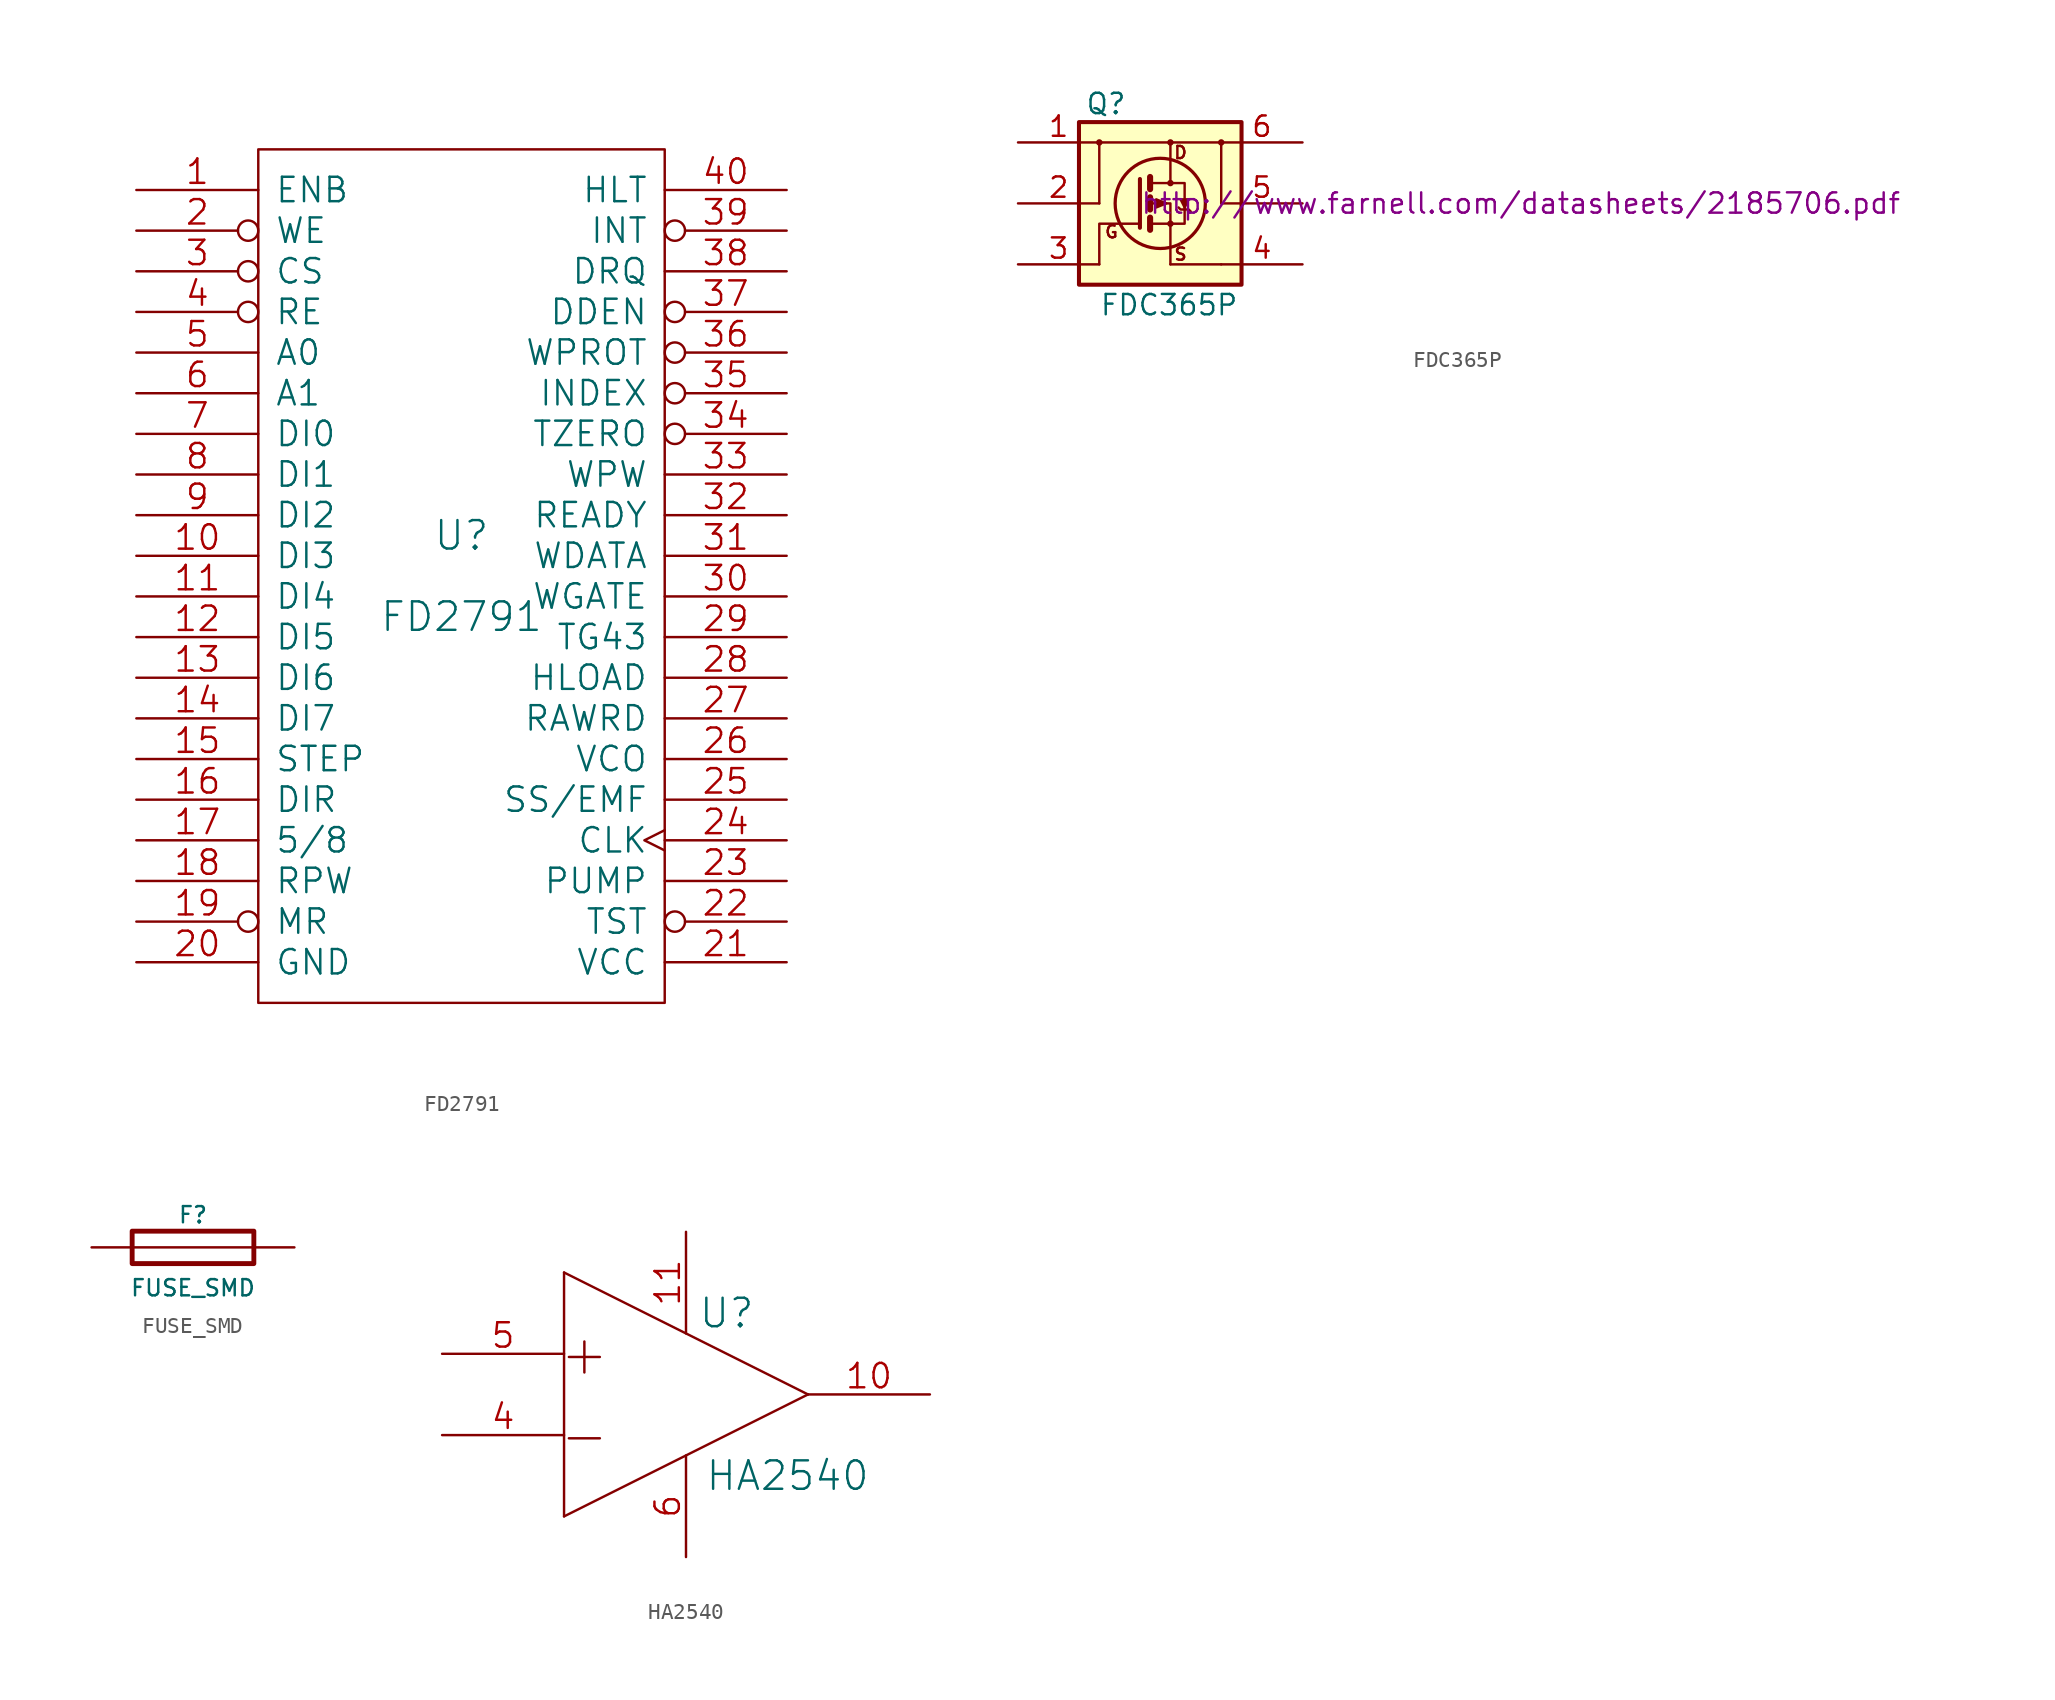
<source format=kicad_sym>
(kicad_symbol_lib
  (version 20211014)
  (generator kicad_symbol_editor)
  (symbol "FD2791"
    (pin_names
      (offset 1.016))
    (property "Reference" "U"
      (at 0 2.54 0)
      (effects (font (size 1.778 1.778))))
    (property "Value" "FD2791"
      (at 0 -2.54 0)
      (effects (font (size 1.778 1.778))))
    (property "Footprint" ""
      (at 0 0 0)
      (effects (font (size 1.524 1.524))))
    (property "Datasheet" ""
      (at 0 0 0)
      (effects (font (size 1.524 1.524))))
    (symbol "FD2791_0_1"
      (rectangle (start -12.7 -26.67) (end 12.7 26.67) (stroke (width 0) (type default) (color 0 0 0 0)) (fill (type none))))
    (symbol "FD2791_1_1"
      (pin input line (at -20.32 24.13 0) (length 7.62) (name "ENB" (effects (font (size 1.524 1.524)))) (number "1" (effects (font (size 1.524 1.524)))))
      (pin tri_state line (at -20.32 1.27 0) (length 7.62) (name "DI3" (effects (font (size 1.524 1.524)))) (number "10" (effects (font (size 1.524 1.524)))))
      (pin tri_state line (at -20.32 -1.27 0) (length 7.62) (name "DI4" (effects (font (size 1.524 1.524)))) (number "11" (effects (font (size 1.524 1.524)))))
      (pin tri_state line (at -20.32 -3.81 0) (length 7.62) (name "DI5" (effects (font (size 1.524 1.524)))) (number "12" (effects (font (size 1.524 1.524)))))
      (pin tri_state line (at -20.32 -6.35 0) (length 7.62) (name "DI6" (effects (font (size 1.524 1.524)))) (number "13" (effects (font (size 1.524 1.524)))))
      (pin tri_state line (at -20.32 -8.89 0) (length 7.62) (name "DI7" (effects (font (size 1.524 1.524)))) (number "14" (effects (font (size 1.524 1.524)))))
      (pin output line (at -20.32 -11.43 0) (length 7.62) (name "STEP" (effects (font (size 1.524 1.524)))) (number "15" (effects (font (size 1.524 1.524)))))
      (pin output line (at -20.32 -13.97 0) (length 7.62) (name "DIR" (effects (font (size 1.524 1.524)))) (number "16" (effects (font (size 1.524 1.524)))))
      (pin input line (at -20.32 -16.51 0) (length 7.62) (name "5/8" (effects (font (size 1.524 1.524)))) (number "17" (effects (font (size 1.524 1.524)))))
      (pin input line (at -20.32 -19.05 0) (length 7.62) (name "RPW" (effects (font (size 1.524 1.524)))) (number "18" (effects (font (size 1.524 1.524)))))
      (pin input inverted (at -20.32 -21.59 0) (length 7.62) (name "MR" (effects (font (size 1.524 1.524)))) (number "19" (effects (font (size 1.524 1.524)))))
      (pin input inverted (at -20.32 21.59 0) (length 7.62) (name "WE" (effects (font (size 1.524 1.524)))) (number "2" (effects (font (size 1.524 1.524)))))
      (pin input line (at -20.32 -24.13 0) (length 7.62) (name "GND" (effects (font (size 1.524 1.524)))) (number "20" (effects (font (size 1.524 1.524)))))
      (pin input line (at 20.32 -24.13 180) (length 7.62) (name "VCC" (effects (font (size 1.524 1.524)))) (number "21" (effects (font (size 1.524 1.524)))))
      (pin input inverted (at 20.32 -21.59 180) (length 7.62) (name "TST" (effects (font (size 1.524 1.524)))) (number "22" (effects (font (size 1.524 1.524)))))
      (pin input line (at 20.32 -19.05 180) (length 7.62) (name "PUMP" (effects (font (size 1.524 1.524)))) (number "23" (effects (font (size 1.524 1.524)))))
      (pin input clock (at 20.32 -16.51 180) (length 7.62) (name "CLK" (effects (font (size 1.524 1.524)))) (number "24" (effects (font (size 1.524 1.524)))))
      (pin input line (at 20.32 -13.97 180) (length 7.62) (name "SS/EMF" (effects (font (size 1.524 1.524)))) (number "25" (effects (font (size 1.524 1.524)))))
      (pin input line (at 20.32 -11.43 180) (length 7.62) (name "VCO" (effects (font (size 1.524 1.524)))) (number "26" (effects (font (size 1.524 1.524)))))
      (pin input line (at 20.32 -8.89 180) (length 7.62) (name "RAWRD" (effects (font (size 1.524 1.524)))) (number "27" (effects (font (size 1.524 1.524)))))
      (pin output line (at 20.32 -6.35 180) (length 7.62) (name "HLOAD" (effects (font (size 1.524 1.524)))) (number "28" (effects (font (size 1.524 1.524)))))
      (pin output line (at 20.32 -3.81 180) (length 7.62) (name "TG43" (effects (font (size 1.524 1.524)))) (number "29" (effects (font (size 1.524 1.524)))))
      (pin input inverted (at -20.32 19.05 0) (length 7.62) (name "CS" (effects (font (size 1.524 1.524)))) (number "3" (effects (font (size 1.524 1.524)))))
      (pin output line (at 20.32 -1.27 180) (length 7.62) (name "WGATE" (effects (font (size 1.524 1.524)))) (number "30" (effects (font (size 1.524 1.524)))))
      (pin output line (at 20.32 1.27 180) (length 7.62) (name "WDATA" (effects (font (size 1.524 1.524)))) (number "31" (effects (font (size 1.524 1.524)))))
      (pin input line (at 20.32 3.81 180) (length 7.62) (name "READY" (effects (font (size 1.524 1.524)))) (number "32" (effects (font (size 1.524 1.524)))))
      (pin input line (at 20.32 6.35 180) (length 7.62) (name "WPW" (effects (font (size 1.524 1.524)))) (number "33" (effects (font (size 1.524 1.524)))))
      (pin input inverted (at 20.32 8.89 180) (length 7.62) (name "TZERO" (effects (font (size 1.524 1.524)))) (number "34" (effects (font (size 1.524 1.524)))))
      (pin input inverted (at 20.32 11.43 180) (length 7.62) (name "INDEX" (effects (font (size 1.524 1.524)))) (number "35" (effects (font (size 1.524 1.524)))))
      (pin input inverted (at 20.32 13.97 180) (length 7.62) (name "WPROT" (effects (font (size 1.524 1.524)))) (number "36" (effects (font (size 1.524 1.524)))))
      (pin input inverted (at 20.32 16.51 180) (length 7.62) (name "DDEN" (effects (font (size 1.524 1.524)))) (number "37" (effects (font (size 1.524 1.524)))))
      (pin output line (at 20.32 19.05 180) (length 7.62) (name "DRQ" (effects (font (size 1.524 1.524)))) (number "38" (effects (font (size 1.524 1.524)))))
      (pin input inverted (at 20.32 21.59 180) (length 7.62) (name "INT" (effects (font (size 1.524 1.524)))) (number "39" (effects (font (size 1.524 1.524)))))
      (pin input inverted (at -20.32 16.51 0) (length 7.62) (name "RE" (effects (font (size 1.524 1.524)))) (number "4" (effects (font (size 1.524 1.524)))))
      (pin input line (at 20.32 24.13 180) (length 7.62) (name "HLT" (effects (font (size 1.524 1.524)))) (number "40" (effects (font (size 1.524 1.524)))))
      (pin input line (at -20.32 13.97 0) (length 7.62) (name "A0" (effects (font (size 1.524 1.524)))) (number "5" (effects (font (size 1.524 1.524)))))
      (pin input line (at -20.32 11.43 0) (length 7.62) (name "A1" (effects (font (size 1.524 1.524)))) (number "6" (effects (font (size 1.524 1.524)))))
      (pin tri_state line (at -20.32 8.89 0) (length 7.62) (name "DI0" (effects (font (size 1.524 1.524)))) (number "7" (effects (font (size 1.524 1.524)))))
      (pin tri_state line (at -20.32 6.35 0) (length 7.62) (name "DI1" (effects (font (size 1.524 1.524)))) (number "8" (effects (font (size 1.524 1.524)))))
      (pin tri_state line (at -20.32 3.81 0) (length 7.62) (name "DI2" (effects (font (size 1.524 1.524)))) (number "9" (effects (font (size 1.524 1.524)))))))
  (symbol "FDC365P"
    (pin_names
      (offset 0) hide)
    (property "Reference" "Q"
      (at -4.699 6.223 0)
      (effects (font (size 1.27 1.27)) (justify left)))
    (property "Value" "FDC365P"
      (at -3.81 -6.35 0)
      (effects (font (size 1.27 1.27)) (justify left)))
    (property "Datasheet" "http://www.farnell.com/datasheets/2185706.pdf"
      (at -1.27 0 0)
      (effects (font (size 1.27 1.27)) (justify left)))
    (symbol "FDC365P_0_0"
      (polyline (pts (xy 0.635 -1.27) (xy 0.635 -3.81)) (stroke (width 0) (type default) (color 0 0 0 0)) (fill (type none)))
      (polyline (pts (xy -0.635 -1.27) (xy 1.524 -1.27) (xy 1.524 1.27) (xy -0.635 1.27)) (stroke (width 0) (type default) (color 0 0 0 0)) (fill (type none)))
      (polyline (pts (xy 1.524 -0.254) (xy 1.778 0.254) (xy 1.27 0.254) (xy 1.524 -0.254)) (stroke (width 0) (type default) (color 0 0 0 0)) (fill (type outline)))
      (polyline (pts (xy 1.905 -0.508) (xy 1.778 -0.381) (xy 1.27 -0.381) (xy 1.143 -0.254)) (stroke (width 0) (type default) (color 0 0 0 0)) (fill (type none)))
      (circle (center 0.635 -1.27) (radius 0.127) (stroke (width 0) (type default) (color 0 0 0 0)) (fill (type none)))
      (circle (center 0.635 1.27) (radius 0.127) (stroke (width 0) (type default) (color 0 0 0 0)) (fill (type none)))
      (circle (center 0.635 3.81) (radius 0.127) (stroke (width 0) (type default) (color 0 0 0 0)) (fill (type none))))
    (symbol "FDC365P_0_1"
      (circle (center -3.81 3.81) (radius 0.127) (stroke (width 0) (type default) (color 0 0 0 0)) (fill (type none)))
      (polyline (pts (xy -3.81 0) (xy -3.81 3.81)) (stroke (width 0) (type default) (color 0 0 0 0)) (fill (type none)))
      (polyline (pts (xy -0.635 -1.651) (xy -0.635 -0.889)) (stroke (width 0.381) (type default) (color 0 0 0 0)) (fill (type none)))
      (polyline (pts (xy -0.635 -0.381) (xy -0.635 0.381)) (stroke (width 0.381) (type default) (color 0 0 0 0)) (fill (type none)))
      (polyline (pts (xy -0.635 0.889) (xy -0.635 1.651)) (stroke (width 0.381) (type default) (color 0 0 0 0)) (fill (type none)))
      (polyline (pts (xy 0.635 1.27) (xy 0.635 3.81)) (stroke (width 0) (type default) (color 0 0 0 0)) (fill (type none)))
      (polyline (pts (xy 3.81 -3.81) (xy 0.635 -3.81)) (stroke (width 0) (type default) (color 0 0 0 0)) (fill (type none)))
      (polyline (pts (xy -3.81 -3.81) (xy -3.81 -1.27) (xy -1.27 -1.27)) (stroke (width 0) (type default) (color 0 0 0 0)) (fill (type none)))
      (polyline (pts (xy -3.81 3.81) (xy 3.81 3.81) (xy 3.81 0)) (stroke (width 0) (type default) (color 0 0 0 0)) (fill (type none)))
      (polyline (pts (xy -1.27 -1.524) (xy -1.27 1.524) (xy -1.27 1.524)) (stroke (width 0.254) (type default) (color 0 0 0 0)) (fill (type none)))
      (polyline (pts (xy -0.635 0) (xy 0.635 0) (xy 0.635 -1.27)) (stroke (width 0) (type default) (color 0 0 0 0)) (fill (type none)))
      (polyline (pts (xy -0.254 -0.254) (xy -0.254 0.254) (xy 0.381 0) (xy -0.254 -0.254)) (stroke (width 0) (type default) (color 0 0 0 0)) (fill (type outline)))
      (circle (center 0 0) (radius 2.819) (stroke (width 0.203) (type default) (color 0 0 0 0)) (fill (type none)))
      (circle (center 3.81 3.81) (radius 0.127) (stroke (width 0) (type default) (color 0 0 0 0)) (fill (type none)))
      (rectangle (start 5.08 5.08) (end -5.08 -5.08) (stroke (width 0.254) (type default) (color 0 0 0 0)) (fill (type background))))
    (symbol "FDC365P_1_0"
      (text "D" (at 1.27 3.175 0) (effects (font (size 0.762 0.762))))
      (text "G" (at -3.048 -1.778 0) (effects (font (size 0.762 0.762))))
      (text "S" (at 1.27 -3.175 0) (effects (font (size 0.762 0.762)))))
    (symbol "FDC365P_1_1"
      (pin input line (at -8.89 3.81 0) (length 5.08) (name "D" (effects (font (size 1.27 1.27)))) (number "1" (effects (font (size 1.27 1.27)))))
      (pin input line (at -8.89 0 0) (length 5.08) (name "D" (effects (font (size 1.27 1.27)))) (number "2" (effects (font (size 1.27 1.27)))))
      (pin input line (at -8.89 -3.81 0) (length 5.08) (name "G" (effects (font (size 1.27 1.27)))) (number "3" (effects (font (size 1.27 1.27)))))
      (pin output line (at 8.89 -3.81 180) (length 5.08) (name "S" (effects (font (size 1.27 1.27)))) (number "4" (effects (font (size 1.27 1.27)))))
      (pin input line (at 8.89 0 180) (length 5.08) (name "D" (effects (font (size 1.27 1.27)))) (number "5" (effects (font (size 1.27 1.27)))))
      (pin input line (at 8.89 3.81 180) (length 5.08) (name "D" (effects (font (size 1.27 1.27)))) (number "6" (effects (font (size 1.27 1.27)))))))
  (symbol "FUSE_SMD"
    (pin_numbers hide)
    (pin_names
      (offset 0))
    (property "Reference" "F"
      (at 0 2.032 0)
      (effects (font (size 1.016 1.016))))
    (property "Value" "FUSE_SMD"
      (at 0 -2.54 0)
      (effects (font (size 1.016 1.016))))
    (property "Footprint" ""
      (at 0 -1.778 0)
      (effects (font (size 0.762 0.762))))
    (property "Datasheet" ""
      (at 0 0 90)
      (effects (font (size 0.762 0.762))))
    (symbol "FUSE_SMD_0_1"
      (rectangle (start -3.81 -1.016) (end 3.81 1.016) (stroke (width 0.305) (type default) (color 0 0 0 0)) (fill (type none)))
      (polyline (pts (xy -3.81 0) (xy 3.81 0)) (stroke (width 0) (type default) (color 0 0 0 0)) (fill (type none))))
    (symbol "FUSE_SMD_1_1"
      (pin passive line (at -6.35 0 0) (length 2.54) (name "~" (effects (font (size 1.524 1.524)))) (number "1" (effects (font (size 1.524 1.524)))))
      (pin passive line (at 6.35 0 180) (length 2.54) (name "~" (effects (font (size 1.524 1.524)))) (number "2" (effects (font (size 1.524 1.524)))))))
  (symbol "HA2540"
    (pin_names
      (offset 1.016) hide)
    (property "Reference" "U"
      (at 2.54 5.08 0)
      (effects (font (size 1.778 1.778))))
    (property "Value" "HA2540"
      (at 6.35 -5.08 0)
      (effects (font (size 1.778 1.778))))
    (property "Footprint" ""
      (at 0 0 0)
      (effects (font (size 1.524 1.524))))
    (property "Datasheet" ""
      (at 0 0 0)
      (effects (font (size 1.524 1.524))))
    (symbol "HA2540_0_0"
      (text "+" (at -6.35 2.54 0) (effects (font (size 2.54 2.54))))
      (text "-" (at -6.35 -2.54 0) (effects (font (size 2.54 2.54)))))
    (symbol "HA2540_0_1"
      (polyline (pts (xy -7.62 -7.62) (xy -7.62 7.62)) (stroke (width 0) (type default) (color 0 0 0 0)) (fill (type none)))
      (polyline (pts (xy 7.62 0) (xy -7.62 -7.62) (xy -7.62 -7.62)) (stroke (width 0) (type default) (color 0 0 0 0)) (fill (type none)))
      (polyline (pts (xy -7.62 7.62) (xy 7.62 0) (xy 7.62 0) (xy 7.62 0)) (stroke (width 0) (type default) (color 0 0 0 0)) (fill (type none))))
    (symbol "HA2540_1_1"
      (pin output line (at 15.24 0 180) (length 7.62) (name "OUT" (effects (font (size 1.524 1.524)))) (number "10" (effects (font (size 1.524 1.524)))))
      (pin passive line (at 0 10.16 270) (length 6.35) (name "V+" (effects (font (size 1.524 1.524)))) (number "11" (effects (font (size 1.524 1.524)))))
      (pin input line (at -15.24 -2.54 0) (length 7.62) (name "IN-" (effects (font (size 1.524 1.524)))) (number "4" (effects (font (size 1.524 1.524)))))
      (pin input line (at -15.24 2.54 0) (length 7.62) (name "IN+" (effects (font (size 1.524 1.524)))) (number "5" (effects (font (size 1.524 1.524)))))
      (pin passive line (at 0 -10.16 90) (length 6.35) (name "V-" (effects (font (size 1.524 1.524)))) (number "6" (effects (font (size 1.524 1.524))))))))
</source>
